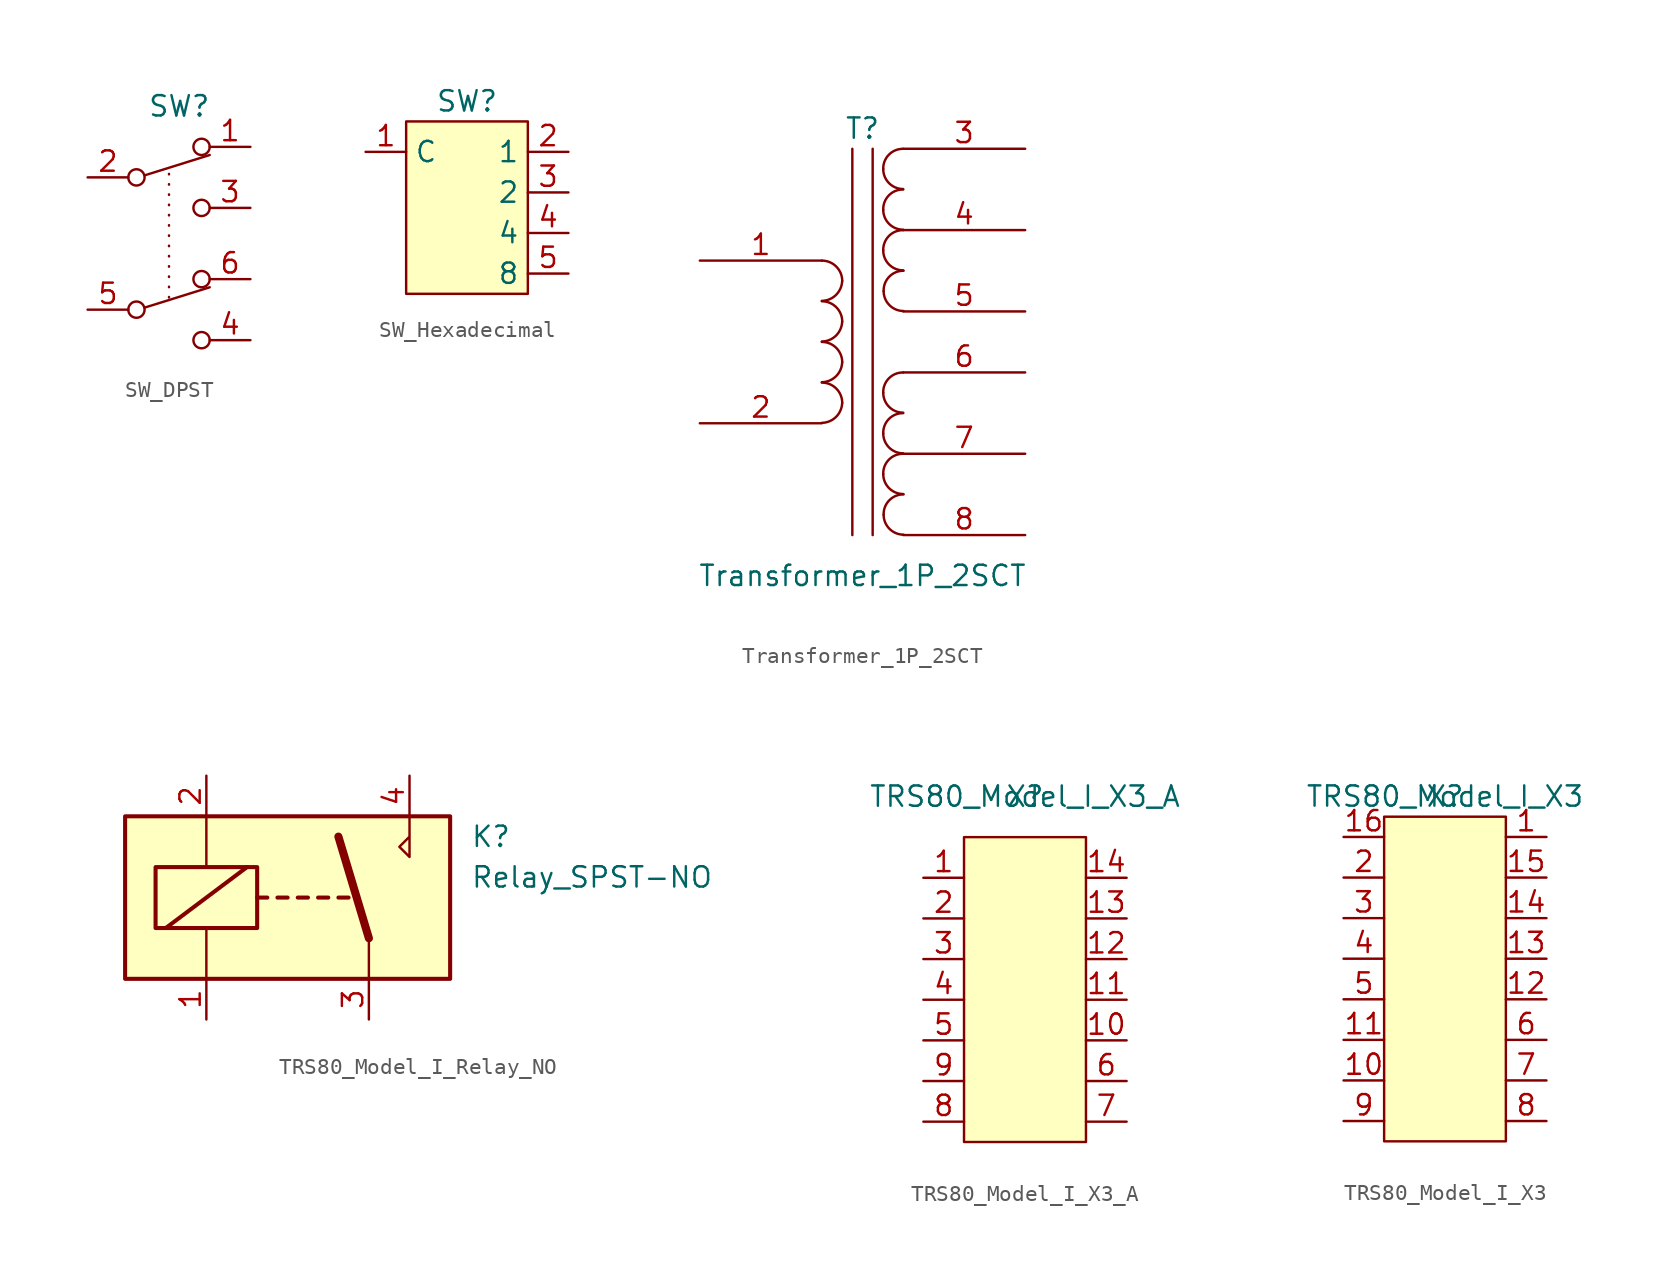
<source format=kicad_sym>
(kicad_symbol_lib
  (version 20241209)
  (generator "kicad_symbol_editor")
  (generator_version "9.0")
  (symbol "SW_DPST"
    (property "Reference" "SW"
      (at 0 0 0)
      (effects (font (size 1.27 1.27))))
    (property "Value" ""
      (at 0 0 0)
      (effects (font (size 1.27 1.27))))
    (symbol "SW_DPST_0_0"
      (circle (center -2.667 -4.445) (radius 0.508) (stroke (width 0) (type default)) (fill (type none)))
      (circle (center -2.667 -12.7) (radius 0.508) (stroke (width 0) (type default)) (fill (type none)))
      (polyline (pts (xy -2.159 -4.318) (xy 1.905 -3.048)) (stroke (width 0) (type default)) (fill (type none)))
      (polyline (pts (xy -2.159 -12.573) (xy 1.905 -11.303)) (stroke (width 0) (type default)) (fill (type none)))
      (circle (center 1.397 -2.54) (radius 0.508) (stroke (width 0) (type default)) (fill (type none)))
      (circle (center 1.397 -6.35) (radius 0.508) (stroke (width 0) (type default)) (fill (type none)))
      (circle (center 1.397 -10.795) (radius 0.508) (stroke (width 0) (type default)) (fill (type none)))
      (circle (center 1.397 -14.605) (radius 0.508) (stroke (width 0) (type default)) (fill (type none))))
    (symbol "SW_DPST_1_1"
      (polyline (pts (xy -0.635 -11.938) (xy -0.635 -3.683)) (stroke (width 0) (type dot)) (fill (type none)))
      (pin passive line (at -5.715 -4.445 0) (length 2.54) (name "~" (effects (font (size 1.27 1.27)))) (number "2" (effects (font (size 1.27 1.27)))))
      (pin passive line (at -5.715 -12.7 0) (length 2.54) (name "~" (effects (font (size 1.27 1.27)))) (number "5" (effects (font (size 1.27 1.27)))))
      (pin passive line (at 4.445 -2.54 180) (length 2.54) (name "~" (effects (font (size 1.27 1.27)))) (number "1" (effects (font (size 1.27 1.27)))))
      (pin passive line (at 4.445 -6.35 180) (length 2.54) (name "~" (effects (font (size 1.27 1.27)))) (number "3" (effects (font (size 1.27 1.27)))))
      (pin passive line (at 4.445 -10.795 180) (length 2.54) (name "~" (effects (font (size 1.27 1.27)))) (number "6" (effects (font (size 1.27 1.27)))))
      (pin passive line (at 4.445 -14.605 180) (length 2.54) (name "~" (effects (font (size 1.27 1.27)))) (number "4" (effects (font (size 1.27 1.27)))))))
  (symbol "SW_Hexadecimal"
    (property "Reference" "SW"
      (at 0 3.81 0)
      (effects (font (size 1.27 1.27))))
    (property "Value" ""
      (at 0 0 0)
      (effects (font (size 1.27 1.27))))
    (symbol "SW_Hexadecimal_1_1"
      (rectangle (start -3.81 2.54) (end 3.81 -8.255) (stroke (width 0) (type default)) (fill (type background)))
      (pin passive line (at -6.35 0.635 0) (length 2.54) (name "C" (effects (font (size 1.27 1.27)))) (number "1" (effects (font (size 1.27 1.27)))))
      (pin passive line (at 6.35 0.635 180) (length 2.54) (name "1" (effects (font (size 1.27 1.27)))) (number "2" (effects (font (size 1.27 1.27)))))
      (pin passive line (at 6.35 -1.905 180) (length 2.54) (name "2" (effects (font (size 1.27 1.27)))) (number "3" (effects (font (size 1.27 1.27)))))
      (pin passive line (at 6.35 -4.445 180) (length 2.54) (name "4" (effects (font (size 1.27 1.27)))) (number "4" (effects (font (size 1.27 1.27)))))
      (pin passive line (at 6.35 -6.985 180) (length 2.54) (name "8" (effects (font (size 1.27 1.27)))) (number "5" (effects (font (size 1.27 1.27)))))))
  (symbol "Transformer_1P_2SCT"
    (pin_names
      (offset 1.016)
      (hide yes))
    (property "Reference" "T"
      (at 0 13.335 0)
      (effects (font (size 1.27 1.27))))
    (property "Value" "Transformer_1P_2SCT"
      (at 0 -14.605 0)
      (effects (font (size 1.27 1.27))))
    (symbol "Transformer_1P_2SCT_0_1"
      (arc (start -1.27 3.81) (mid -1.656 2.9336) (end -2.54 2.5654) (stroke (width 0) (type default)) (fill (type none)))
      (arc (start -1.27 1.27) (mid -1.656 0.3936) (end -2.54 0.0254) (stroke (width 0) (type default)) (fill (type none)))
      (arc (start -1.27 -1.27) (mid -1.656 -2.1464) (end -2.54 -2.5146) (stroke (width 0) (type default)) (fill (type none)))
      (arc (start -1.27 -3.81) (mid -1.656 -4.6864) (end -2.54 -5.0546) (stroke (width 0) (type default)) (fill (type none)))
      (arc (start -2.54 5.08) (mid -1.642 4.708) (end -1.27 3.81) (stroke (width 0) (type default)) (fill (type none)))
      (arc (start -2.54 2.54) (mid -1.642 2.168) (end -1.27 1.27) (stroke (width 0) (type default)) (fill (type none)))
      (arc (start -2.54 0) (mid -1.642 -0.372) (end -1.27 -1.27) (stroke (width 0) (type default)) (fill (type none)))
      (arc (start -2.54 -2.54) (mid -1.642 -2.912) (end -1.27 -3.81) (stroke (width 0) (type default)) (fill (type none)))
      (polyline (pts (xy -0.635 12.065) (xy -0.635 -12.065)) (stroke (width 0) (type default)) (fill (type none)))
      (polyline (pts (xy 0.635 -12.065) (xy 0.635 12.065)) (stroke (width 0) (type default)) (fill (type none)))
      (arc (start 1.2954 10.795) (mid 1.6457 11.6967) (end 2.54 12.065) (stroke (width 0) (type default)) (fill (type none)))
      (arc (start 1.2954 8.255) (mid 1.6457 9.1567) (end 2.54 9.525) (stroke (width 0) (type default)) (fill (type none)))
      (arc (start 1.2954 5.715) (mid 1.6457 6.6167) (end 2.54 6.985) (stroke (width 0) (type default)) (fill (type none)))
      (arc (start 1.2954 -3.175) (mid 1.6457 -2.2733) (end 2.54 -1.905) (stroke (width 0) (type default)) (fill (type none)))
      (arc (start 1.2954 -5.715) (mid 1.6457 -4.8133) (end 2.54 -4.445) (stroke (width 0) (type default)) (fill (type none)))
      (arc (start 1.2954 -8.255) (mid 1.6457 -7.3533) (end 2.54 -6.985) (stroke (width 0) (type default)) (fill (type none)))
      (arc (start 2.54 9.5504) (mid 1.6599 9.9149) (end 1.2954 10.795) (stroke (width 0) (type default)) (fill (type none)))
      (arc (start 2.54 7.0104) (mid 1.6599 7.3749) (end 1.2954 8.255) (stroke (width 0) (type default)) (fill (type none)))
      (arc (start 2.54 4.4704) (mid 1.6599 4.8349) (end 1.2954 5.715) (stroke (width 0) (type default)) (fill (type none)))
      (arc (start 2.54 -4.4196) (mid 1.6599 -4.0551) (end 1.2954 -3.175) (stroke (width 0) (type default)) (fill (type none)))
      (arc (start 2.54 -6.9596) (mid 1.6599 -6.5951) (end 1.2954 -5.715) (stroke (width 0) (type default)) (fill (type none)))
      (arc (start 2.54 -9.4996) (mid 1.6599 -9.1351) (end 1.2954 -8.255) (stroke (width 0) (type default)) (fill (type none)))
      (arc (start 1.3208 3.175) (mid 1.6711 4.0765) (end 2.5654 4.445) (stroke (width 0) (type default)) (fill (type none)))
      (arc (start 1.3208 -10.795) (mid 1.6711 -9.8935) (end 2.5654 -9.525) (stroke (width 0) (type default)) (fill (type none)))
      (arc (start 2.5654 1.9304) (mid 1.6855 2.2951) (end 1.3208 3.175) (stroke (width 0) (type default)) (fill (type none)))
      (arc (start 2.5654 -12.0396) (mid 1.6855 -11.6749) (end 1.3208 -10.795) (stroke (width 0) (type default)) (fill (type none))))
    (symbol "Transformer_1P_2SCT_1_1"
      (pin passive line (at -10.16 5.08 0) (length 7.62) (name "PA" (effects (font (size 1.27 1.27)))) (number "1" (effects (font (size 1.27 1.27)))))
      (pin passive line (at -10.16 -5.08 0) (length 7.62) (name "PB" (effects (font (size 1.27 1.27)))) (number "2" (effects (font (size 1.27 1.27)))))
      (pin passive line (at 10.16 12.065 180) (length 7.62) (name "SA1" (effects (font (size 1.27 1.27)))) (number "3" (effects (font (size 1.27 1.27)))))
      (pin passive line (at 10.16 6.985 180) (length 7.62) (name "SA2" (effects (font (size 1.27 1.27)))) (number "4" (effects (font (size 1.27 1.27)))))
      (pin passive line (at 10.16 1.905 180) (length 7.62) (name "SA3" (effects (font (size 1.27 1.27)))) (number "5" (effects (font (size 1.27 1.27)))))
      (pin passive line (at 10.16 -1.905 180) (length 7.62) (name "SB1" (effects (font (size 1.27 1.27)))) (number "6" (effects (font (size 1.27 1.27)))))
      (pin passive line (at 10.16 -6.985 180) (length 7.62) (name "SB2" (effects (font (size 1.27 1.27)))) (number "7" (effects (font (size 1.27 1.27)))))
      (pin passive line (at 10.16 -12.065 180) (length 7.62) (name "SB3" (effects (font (size 1.27 1.27)))) (number "8" (effects (font (size 1.27 1.27)))))))
  (symbol "TRS80_Model_I_Relay_NO"
    (property "Reference" "K"
      (at 11.43 3.81 0)
      (effects (font (size 1.27 1.27)) (justify left)))
    (property "Value" "Relay_SPST-NO"
      (at 11.43 1.27 0)
      (effects (font (size 1.27 1.27)) (justify left)))
    (symbol "TRS80_Model_I_Relay_NO_0_0"
      (polyline (pts (xy 7.62 5.08) (xy 7.62 2.54) (xy 6.985 3.175) (xy 7.62 3.81)) (stroke (width 0) (type default)) (fill (type none))))
    (symbol "TRS80_Model_I_Relay_NO_0_1"
      (rectangle (start -10.16 5.08) (end 10.16 -5.08) (stroke (width 0.254) (type default)) (fill (type background)))
      (rectangle (start -8.255 1.905) (end -1.905 -1.905) (stroke (width 0.254) (type default)) (fill (type none)))
      (polyline (pts (xy -7.62 -1.905) (xy -2.54 1.905)) (stroke (width 0.254) (type default)) (fill (type none)))
      (polyline (pts (xy -5.08 5.08) (xy -5.08 1.905)) (stroke (width 0) (type default)) (fill (type none)))
      (polyline (pts (xy -5.08 -5.08) (xy -5.08 -1.905)) (stroke (width 0) (type default)) (fill (type none)))
      (polyline (pts (xy -1.905 0) (xy -1.27 0)) (stroke (width 0.254) (type default)) (fill (type none)))
      (polyline (pts (xy -0.635 0) (xy 0 0)) (stroke (width 0.254) (type default)) (fill (type none)))
      (polyline (pts (xy 0.635 0) (xy 1.27 0)) (stroke (width 0.254) (type default)) (fill (type none)))
      (polyline (pts (xy 1.905 0) (xy 2.54 0)) (stroke (width 0.254) (type default)) (fill (type none)))
      (polyline (pts (xy 3.175 0) (xy 3.81 0)) (stroke (width 0.254) (type default)) (fill (type none)))
      (polyline (pts (xy 5.08 -2.54) (xy 3.175 3.81)) (stroke (width 0.508) (type default)) (fill (type none)))
      (polyline (pts (xy 5.08 -2.54) (xy 5.08 -5.08)) (stroke (width 0) (type default)) (fill (type none))))
    (symbol "TRS80_Model_I_Relay_NO_1_1"
      (pin passive line (at -5.08 7.62 270) (length 2.54) (name "~" (effects (font (size 1.27 1.27)))) (number "2" (effects (font (size 1.27 1.27)))))
      (pin passive line (at -5.08 -7.62 90) (length 2.54) (name "~" (effects (font (size 1.27 1.27)))) (number "1" (effects (font (size 1.27 1.27)))))
      (pin passive line (at 5.08 -7.62 90) (length 2.54) (name "~" (effects (font (size 1.27 1.27)))) (number "3" (effects (font (size 1.27 1.27)))))
      (pin passive line (at 7.62 7.62 270) (length 2.54) (name "~" (effects (font (size 1.27 1.27)))) (number "4" (effects (font (size 1.27 1.27)))))))
  (symbol "TRS80_Model_I_X3_A"
    (property "Reference" "X"
      (at 0 0 0)
      (effects (font (size 1.27 1.27))))
    (property "Value" "TRS80_Model_I_X3_A"
      (at 0 0 0)
      (effects (font (size 1.27 1.27))))
    (symbol "TRS80_Model_I_X3_A_1_1"
      (rectangle (start -3.81 -2.54) (end 3.81 -21.59) (stroke (width 0) (type default)) (fill (type background)))
      (pin passive line (at -6.35 -5.08 0) (length 2.54) (name "~" (effects (font (size 1.27 1.27)))) (number "1" (effects (font (size 1.27 1.27)))))
      (pin passive line (at -6.35 -7.62 0) (length 2.54) (name "~" (effects (font (size 1.27 1.27)))) (number "2" (effects (font (size 1.27 1.27)))))
      (pin passive line (at -6.35 -10.16 0) (length 2.54) (name "~" (effects (font (size 1.27 1.27)))) (number "3" (effects (font (size 1.27 1.27)))))
      (pin passive line (at -6.35 -12.7 0) (length 2.54) (name "~" (effects (font (size 1.27 1.27)))) (number "4" (effects (font (size 1.27 1.27)))))
      (pin passive line (at -6.35 -15.24 0) (length 2.54) (name "~" (effects (font (size 1.27 1.27)))) (number "5" (effects (font (size 1.27 1.27)))))
      (pin passive line (at -6.35 -17.78 0) (length 2.54) (name "~" (effects (font (size 1.27 1.27)))) (number "9" (effects (font (size 1.27 1.27)))))
      (pin passive line (at -6.35 -20.32 0) (length 2.54) (name "~" (effects (font (size 1.27 1.27)))) (number "8" (effects (font (size 1.27 1.27)))))
      (pin passive line (at 6.35 -5.08 180) (length 2.54) (name "~" (effects (font (size 1.27 1.27)))) (number "14" (effects (font (size 1.27 1.27)))))
      (pin passive line (at 6.35 -7.62 180) (length 2.54) (name "~" (effects (font (size 1.27 1.27)))) (number "13" (effects (font (size 1.27 1.27)))))
      (pin passive line (at 6.35 -10.16 180) (length 2.54) (name "~" (effects (font (size 1.27 1.27)))) (number "12" (effects (font (size 1.27 1.27)))))
      (pin passive line (at 6.35 -12.7 180) (length 2.54) (name "~" (effects (font (size 1.27 1.27)))) (number "11" (effects (font (size 1.27 1.27)))))
      (pin passive line (at 6.35 -15.24 180) (length 2.54) (name "~" (effects (font (size 1.27 1.27)))) (number "10" (effects (font (size 1.27 1.27)))))
      (pin passive line (at 6.35 -17.78 180) (length 2.54) (name "~" (effects (font (size 1.27 1.27)))) (number "6" (effects (font (size 1.27 1.27)))))
      (pin passive line (at 6.35 -20.32 180) (length 2.54) (name "~" (effects (font (size 1.27 1.27)))) (number "7" (effects (font (size 1.27 1.27)))))))
  (symbol "TRS80_Model_I_X3"
    (property "Reference" "X"
      (at 0 0 0)
      (effects (font (size 1.27 1.27))))
    (property "Value" "TRS80_Model_I_X3"
      (at 0 0 0)
      (effects (font (size 1.27 1.27))))
    (symbol "TRS80_Model_I_X3_1_1"
      (rectangle (start -3.81 -1.27) (end 3.81 -21.59) (stroke (width 0) (type default)) (fill (type background)))
      (pin passive line (at -6.35 -2.54 0) (length 2.54) (name "~" (effects (font (size 1.27 1.27)))) (number "16" (effects (font (size 1.27 1.27)))))
      (pin passive line (at -6.35 -5.08 0) (length 2.54) (name "~" (effects (font (size 1.27 1.27)))) (number "2" (effects (font (size 1.27 1.27)))))
      (pin passive line (at -6.35 -7.62 0) (length 2.54) (name "~" (effects (font (size 1.27 1.27)))) (number "3" (effects (font (size 1.27 1.27)))))
      (pin passive line (at -6.35 -10.16 0) (length 2.54) (name "~" (effects (font (size 1.27 1.27)))) (number "4" (effects (font (size 1.27 1.27)))))
      (pin passive line (at -6.35 -12.7 0) (length 2.54) (name "~" (effects (font (size 1.27 1.27)))) (number "5" (effects (font (size 1.27 1.27)))))
      (pin passive line (at -6.35 -15.24 0) (length 2.54) (name "~" (effects (font (size 1.27 1.27)))) (number "11" (effects (font (size 1.27 1.27)))))
      (pin passive line (at -6.35 -17.78 0) (length 2.54) (name "~" (effects (font (size 1.27 1.27)))) (number "10" (effects (font (size 1.27 1.27)))))
      (pin passive line (at -6.35 -20.32 0) (length 2.54) (name "~" (effects (font (size 1.27 1.27)))) (number "9" (effects (font (size 1.27 1.27)))))
      (pin passive line (at 6.35 -2.54 180) (length 2.54) (name "~" (effects (font (size 1.27 1.27)))) (number "1" (effects (font (size 1.27 1.27)))))
      (pin passive line (at 6.35 -5.08 180) (length 2.54) (name "~" (effects (font (size 1.27 1.27)))) (number "15" (effects (font (size 1.27 1.27)))))
      (pin passive line (at 6.35 -7.62 180) (length 2.54) (name "~" (effects (font (size 1.27 1.27)))) (number "14" (effects (font (size 1.27 1.27)))))
      (pin passive line (at 6.35 -10.16 180) (length 2.54) (name "~" (effects (font (size 1.27 1.27)))) (number "13" (effects (font (size 1.27 1.27)))))
      (pin passive line (at 6.35 -12.7 180) (length 2.54) (name "~" (effects (font (size 1.27 1.27)))) (number "12" (effects (font (size 1.27 1.27)))))
      (pin passive line (at 6.35 -15.24 180) (length 2.54) (name "~" (effects (font (size 1.27 1.27)))) (number "6" (effects (font (size 1.27 1.27)))))
      (pin passive line (at 6.35 -17.78 180) (length 2.54) (name "~" (effects (font (size 1.27 1.27)))) (number "7" (effects (font (size 1.27 1.27)))))
      (pin passive line (at 6.35 -20.32 180) (length 2.54) (name "~" (effects (font (size 1.27 1.27)))) (number "8" (effects (font (size 1.27 1.27))))))))
</source>
